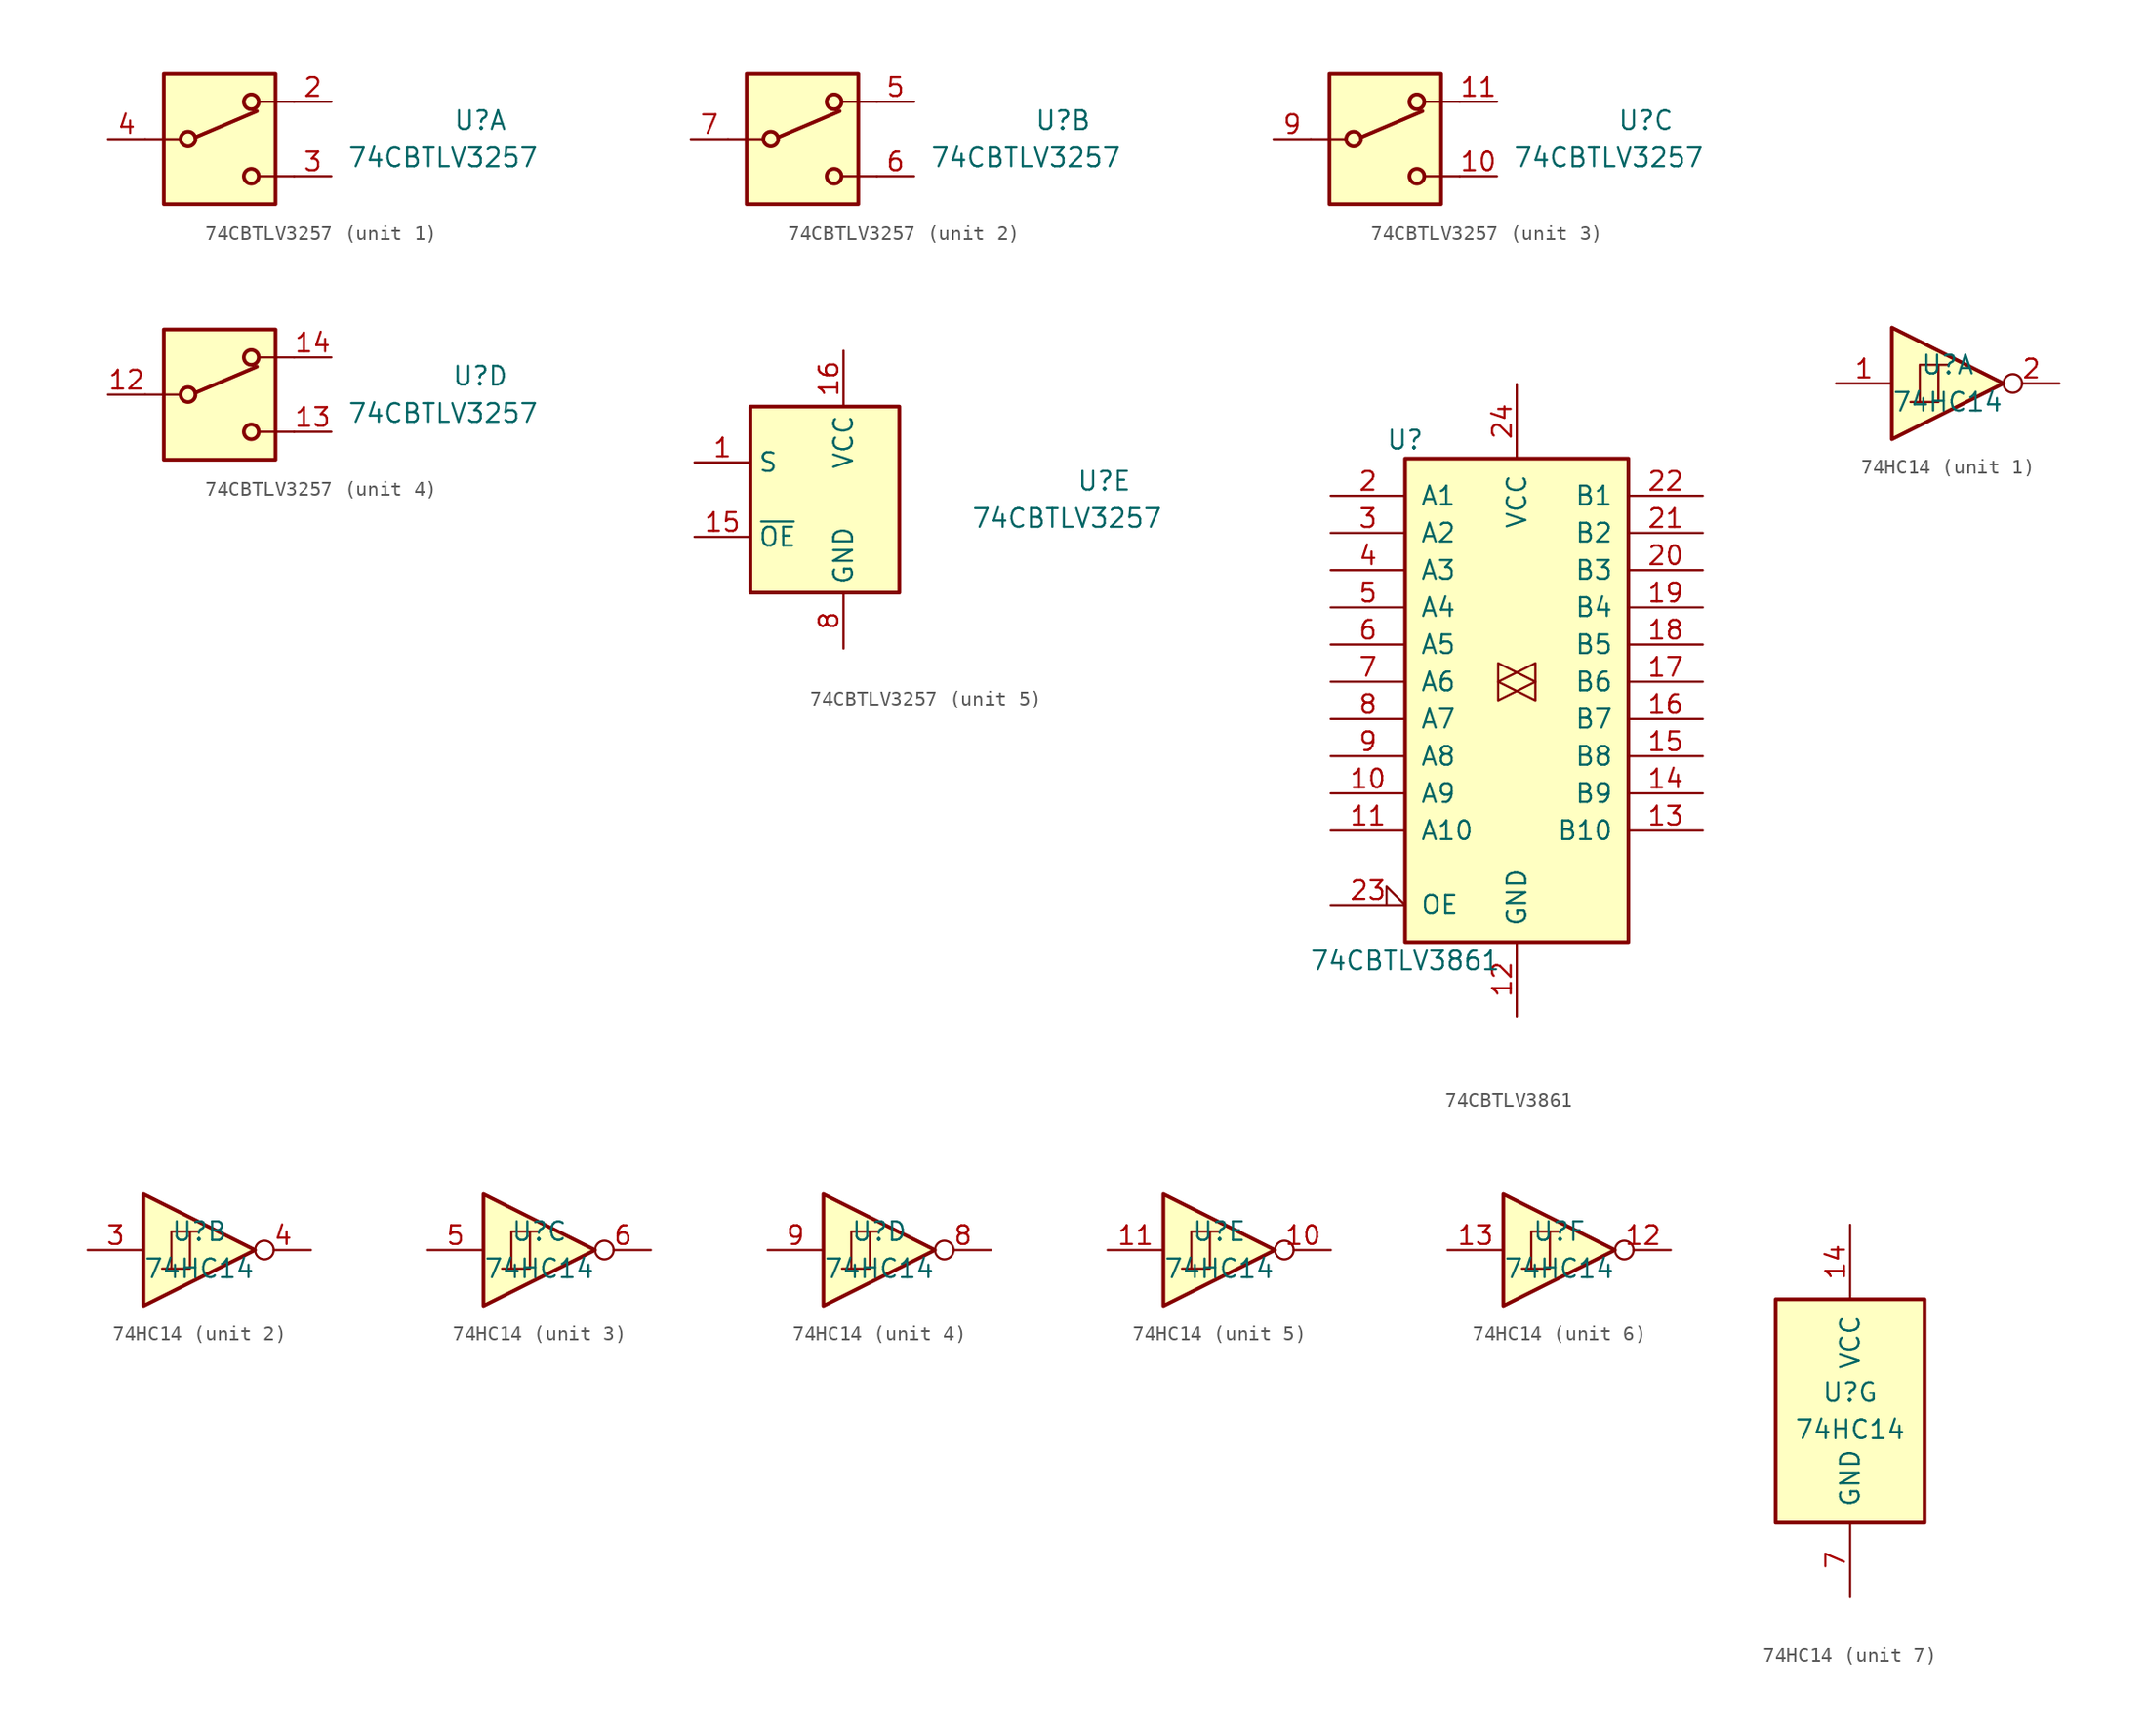
<source format=kicad_sym>
(kicad_symbol_lib
  (version 20201005)
  (generator kicad_symbol_editor)
  (symbol "74CBTLV3257"
    (property "Reference" "U"
      (at 17.78 1.27 0)
      (effects (font (size 1.27 1.27))))
    (property "Value" "74CBTLV3257"
      (at 15.24 -1.27 0)
      (effects (font (size 1.27 1.27))))
    (property "ki_locked" ""
      (at 0 0 0)
      (effects (font (size 1.27 1.27))))
    (symbol "74CBTLV3257_1_1"
      (circle (center -2.159 0) (radius 0.508) (stroke (width 0.254)) (fill (type none)))
      (circle (center 2.159 -2.54) (radius 0.508) (stroke (width 0.254)) (fill (type none)))
      (circle (center 2.159 2.54) (radius 0.508) (stroke (width 0.254)) (fill (type none)))
      (rectangle (start -3.81 4.445) (end 3.81 -4.445) (stroke (width 0.254)) (fill (type background)))
      (polyline (pts (xy -5.08 0) (xy -2.794 0)) (stroke (width 0)) (fill (type none)))
      (polyline (pts (xy -1.651 0.127) (xy 2.54 1.905)) (stroke (width 0.254)) (fill (type none)))
      (polyline (pts (xy 5.08 -2.54) (xy 2.794 -2.54)) (stroke (width 0)) (fill (type none)))
      (polyline (pts (xy 5.08 2.54) (xy 2.794 2.54)) (stroke (width 0)) (fill (type none)))
      (pin passive line (at 7.62 2.54 180) (length 2.54) (name "~" (effects (font (size 1.27 1.27)))) (number "2" (effects (font (size 1.27 1.27)))))
      (pin passive line (at 7.62 -2.54 180) (length 2.54) (name "~" (effects (font (size 1.27 1.27)))) (number "3" (effects (font (size 1.27 1.27)))))
      (pin passive line (at -7.62 0 0) (length 2.54) (name "~" (effects (font (size 1.27 1.27)))) (number "4" (effects (font (size 1.27 1.27))))))
    (symbol "74CBTLV3257_2_1"
      (circle (center -2.159 0) (radius 0.508) (stroke (width 0.254)) (fill (type none)))
      (circle (center 2.159 -2.54) (radius 0.508) (stroke (width 0.254)) (fill (type none)))
      (circle (center 2.159 2.54) (radius 0.508) (stroke (width 0.254)) (fill (type none)))
      (rectangle (start -3.81 4.445) (end 3.81 -4.445) (stroke (width 0.254)) (fill (type background)))
      (polyline (pts (xy -5.08 0) (xy -2.794 0)) (stroke (width 0)) (fill (type none)))
      (polyline (pts (xy -1.651 0.127) (xy 2.54 1.905)) (stroke (width 0.254)) (fill (type none)))
      (polyline (pts (xy 5.08 -2.54) (xy 2.794 -2.54)) (stroke (width 0)) (fill (type none)))
      (polyline (pts (xy 5.08 2.54) (xy 2.794 2.54)) (stroke (width 0)) (fill (type none)))
      (pin passive line (at 7.62 2.54 180) (length 2.54) (name "~" (effects (font (size 1.27 1.27)))) (number "5" (effects (font (size 1.27 1.27)))))
      (pin passive line (at 7.62 -2.54 180) (length 2.54) (name "~" (effects (font (size 1.27 1.27)))) (number "6" (effects (font (size 1.27 1.27)))))
      (pin passive line (at -7.62 0 0) (length 2.54) (name "~" (effects (font (size 1.27 1.27)))) (number "7" (effects (font (size 1.27 1.27))))))
    (symbol "74CBTLV3257_3_1"
      (circle (center -2.159 0) (radius 0.508) (stroke (width 0.254)) (fill (type none)))
      (circle (center 2.159 -2.54) (radius 0.508) (stroke (width 0.254)) (fill (type none)))
      (circle (center 2.159 2.54) (radius 0.508) (stroke (width 0.254)) (fill (type none)))
      (rectangle (start -3.81 4.445) (end 3.81 -4.445) (stroke (width 0.254)) (fill (type background)))
      (polyline (pts (xy -5.08 0) (xy -2.794 0)) (stroke (width 0)) (fill (type none)))
      (polyline (pts (xy -1.651 0.127) (xy 2.54 1.905)) (stroke (width 0.254)) (fill (type none)))
      (polyline (pts (xy 5.08 -2.54) (xy 2.794 -2.54)) (stroke (width 0)) (fill (type none)))
      (polyline (pts (xy 5.08 2.54) (xy 2.794 2.54)) (stroke (width 0)) (fill (type none)))
      (pin passive line (at 7.62 -2.54 180) (length 2.54) (name "~" (effects (font (size 1.27 1.27)))) (number "10" (effects (font (size 1.27 1.27)))))
      (pin passive line (at 7.62 2.54 180) (length 2.54) (name "~" (effects (font (size 1.27 1.27)))) (number "11" (effects (font (size 1.27 1.27)))))
      (pin passive line (at -7.62 0 0) (length 2.54) (name "~" (effects (font (size 1.27 1.27)))) (number "9" (effects (font (size 1.27 1.27))))))
    (symbol "74CBTLV3257_4_1"
      (circle (center -2.159 0) (radius 0.508) (stroke (width 0.254)) (fill (type none)))
      (circle (center 2.159 -2.54) (radius 0.508) (stroke (width 0.254)) (fill (type none)))
      (circle (center 2.159 2.54) (radius 0.508) (stroke (width 0.254)) (fill (type none)))
      (rectangle (start -3.81 4.445) (end 3.81 -4.445) (stroke (width 0.254)) (fill (type background)))
      (polyline (pts (xy -5.08 0) (xy -2.794 0)) (stroke (width 0)) (fill (type none)))
      (polyline (pts (xy -1.651 0.127) (xy 2.54 1.905)) (stroke (width 0.254)) (fill (type none)))
      (polyline (pts (xy 5.08 -2.54) (xy 2.794 -2.54)) (stroke (width 0)) (fill (type none)))
      (polyline (pts (xy 5.08 2.54) (xy 2.794 2.54)) (stroke (width 0)) (fill (type none)))
      (pin passive line (at -7.62 0 0) (length 2.54) (name "~" (effects (font (size 1.27 1.27)))) (number "12" (effects (font (size 1.27 1.27)))))
      (pin passive line (at 7.62 -2.54 180) (length 2.54) (name "~" (effects (font (size 1.27 1.27)))) (number "13" (effects (font (size 1.27 1.27)))))
      (pin passive line (at 7.62 2.54 180) (length 2.54) (name "~" (effects (font (size 1.27 1.27)))) (number "14" (effects (font (size 1.27 1.27))))))
    (symbol "74CBTLV3257_5_1"
      (rectangle (start 3.81 6.35) (end -6.35 -6.35) (stroke (width 0.254)) (fill (type background)))
      (pin input line (at -10.16 2.54 0) (length 3.81) (name "S" (effects (font (size 1.27 1.27)))) (number "1" (effects (font (size 1.27 1.27)))))
      (pin input line (at -10.16 -2.54 0) (length 3.81) (name "~OE" (effects (font (size 1.27 1.27)))) (number "15" (effects (font (size 1.27 1.27)))))
      (pin power_in line (at 0 10.16 270) (length 3.81) (name "VCC" (effects (font (size 1.27 1.27)))) (number "16" (effects (font (size 1.27 1.27)))))
      (pin power_in line (at 0 -10.16 90) (length 3.81) (name "GND" (effects (font (size 1.27 1.27)))) (number "8" (effects (font (size 1.27 1.27)))))))
  (symbol "74CBTLV3861"
    (pin_names
      (offset 1.016))
    (property "Reference" "U"
      (at -7.62 16.51 0)
      (effects (font (size 1.27 1.27))))
    (property "Value" "74CBTLV3861"
      (at -7.62 -19.05 0)
      (effects (font (size 1.27 1.27))))
    (property "ki_locked" ""
      (at 0 0 0)
      (effects (font (size 1.27 1.27))))
    (symbol "74CBTLV3861_1_0"
      (polyline (pts (xy 1.27 0) (xy -1.27 1.27) (xy -1.27 -1.27) (xy 1.27 0)) (stroke (width 0.152)) (fill (type none)))
      (polyline (pts (xy 1.27 1.27) (xy -1.27 0) (xy 1.27 -1.27) (xy 1.27 1.27)) (stroke (width 0)) (fill (type none)))
      (pin bidirectional line (at -12.7 -7.62 0) (length 5.08) (name "A9" (effects (font (size 1.27 1.27)))) (number "10" (effects (font (size 1.27 1.27)))))
      (pin bidirectional line (at -12.7 -10.16 0) (length 5.08) (name "A10" (effects (font (size 1.27 1.27)))) (number "11" (effects (font (size 1.27 1.27)))))
      (pin power_in line (at 0 -22.86 90) (length 5.08) (name "GND" (effects (font (size 1.27 1.27)))) (number "12" (effects (font (size 1.27 1.27)))))
      (pin bidirectional line (at 12.7 -10.16 180) (length 5.08) (name "B10" (effects (font (size 1.27 1.27)))) (number "13" (effects (font (size 1.27 1.27)))))
      (pin bidirectional line (at 12.7 -7.62 180) (length 5.08) (name "B9" (effects (font (size 1.27 1.27)))) (number "14" (effects (font (size 1.27 1.27)))))
      (pin bidirectional line (at 12.7 -5.08 180) (length 5.08) (name "B8" (effects (font (size 1.27 1.27)))) (number "15" (effects (font (size 1.27 1.27)))))
      (pin bidirectional line (at 12.7 -2.54 180) (length 5.08) (name "B7" (effects (font (size 1.27 1.27)))) (number "16" (effects (font (size 1.27 1.27)))))
      (pin bidirectional line (at 12.7 0 180) (length 5.08) (name "B6" (effects (font (size 1.27 1.27)))) (number "17" (effects (font (size 1.27 1.27)))))
      (pin bidirectional line (at 12.7 2.54 180) (length 5.08) (name "B5" (effects (font (size 1.27 1.27)))) (number "18" (effects (font (size 1.27 1.27)))))
      (pin bidirectional line (at 12.7 5.08 180) (length 5.08) (name "B4" (effects (font (size 1.27 1.27)))) (number "19" (effects (font (size 1.27 1.27)))))
      (pin bidirectional line (at -12.7 12.7 0) (length 5.08) (name "A1" (effects (font (size 1.27 1.27)))) (number "2" (effects (font (size 1.27 1.27)))))
      (pin bidirectional line (at 12.7 7.62 180) (length 5.08) (name "B3" (effects (font (size 1.27 1.27)))) (number "20" (effects (font (size 1.27 1.27)))))
      (pin bidirectional line (at 12.7 10.16 180) (length 5.08) (name "B2" (effects (font (size 1.27 1.27)))) (number "21" (effects (font (size 1.27 1.27)))))
      (pin bidirectional line (at 12.7 12.7 180) (length 5.08) (name "B1" (effects (font (size 1.27 1.27)))) (number "22" (effects (font (size 1.27 1.27)))))
      (pin input input_low (at -12.7 -15.24 0) (length 5.08) (name "OE" (effects (font (size 1.27 1.27)))) (number "23" (effects (font (size 1.27 1.27)))))
      (pin power_in line (at 0 20.32 270) (length 5.08) (name "VCC" (effects (font (size 1.27 1.27)))) (number "24" (effects (font (size 1.27 1.27)))))
      (pin bidirectional line (at -12.7 10.16 0) (length 5.08) (name "A2" (effects (font (size 1.27 1.27)))) (number "3" (effects (font (size 1.27 1.27)))))
      (pin bidirectional line (at -12.7 7.62 0) (length 5.08) (name "A3" (effects (font (size 1.27 1.27)))) (number "4" (effects (font (size 1.27 1.27)))))
      (pin bidirectional line (at -12.7 5.08 0) (length 5.08) (name "A4" (effects (font (size 1.27 1.27)))) (number "5" (effects (font (size 1.27 1.27)))))
      (pin bidirectional line (at -12.7 2.54 0) (length 5.08) (name "A5" (effects (font (size 1.27 1.27)))) (number "6" (effects (font (size 1.27 1.27)))))
      (pin bidirectional line (at -12.7 0 0) (length 5.08) (name "A6" (effects (font (size 1.27 1.27)))) (number "7" (effects (font (size 1.27 1.27)))))
      (pin bidirectional line (at -12.7 -2.54 0) (length 5.08) (name "A7" (effects (font (size 1.27 1.27)))) (number "8" (effects (font (size 1.27 1.27)))))
      (pin bidirectional line (at -12.7 -5.08 0) (length 5.08) (name "A8" (effects (font (size 1.27 1.27)))) (number "9" (effects (font (size 1.27 1.27))))))
    (symbol "74CBTLV3861_1_1"
      (rectangle (start -7.62 15.24) (end 7.62 -17.78) (stroke (width 0.254)) (fill (type background)))))
  (symbol "74HC14"
    (pin_names
      (offset 1.016))
    (property "Reference" "U"
      (at 0 1.27 0)
      (effects (font (size 1.27 1.27))))
    (property "Value" "74HC14"
      (at 0 -1.27 0)
      (effects (font (size 1.27 1.27))))
    (property "ki_locked" ""
      (at 0 0 0)
      (effects (font (size 1.27 1.27))))
    (symbol "74HC14_1_0"
      (polyline (pts (xy -3.81 3.81) (xy -3.81 -3.81) (xy 3.81 0) (xy -3.81 3.81)) (stroke (width 0.254)) (fill (type background)))
      (pin input line (at -7.62 0 0) (length 3.81) (name "~" (effects (font (size 1.27 1.27)))) (number "1" (effects (font (size 1.27 1.27)))))
      (pin output inverted (at 7.62 0 180) (length 3.81) (name "~" (effects (font (size 1.27 1.27)))) (number "2" (effects (font (size 1.27 1.27))))))
    (symbol "74HC14_1_1"
      (polyline (pts (xy -1.905 -1.27) (xy -1.905 1.27) (xy -0.635 1.27)) (stroke (width 0)) (fill (type none)))
      (polyline (pts (xy -2.54 -1.27) (xy -0.635 -1.27) (xy -0.635 1.27) (xy 0 1.27)) (stroke (width 0)) (fill (type none))))
    (symbol "74HC14_2_0"
      (polyline (pts (xy -3.81 3.81) (xy -3.81 -3.81) (xy 3.81 0) (xy -3.81 3.81)) (stroke (width 0.254)) (fill (type background)))
      (pin input line (at -7.62 0 0) (length 3.81) (name "~" (effects (font (size 1.27 1.27)))) (number "3" (effects (font (size 1.27 1.27)))))
      (pin output inverted (at 7.62 0 180) (length 3.81) (name "~" (effects (font (size 1.27 1.27)))) (number "4" (effects (font (size 1.27 1.27))))))
    (symbol "74HC14_2_1"
      (polyline (pts (xy -1.905 -1.27) (xy -1.905 1.27) (xy -0.635 1.27)) (stroke (width 0)) (fill (type none)))
      (polyline (pts (xy -2.54 -1.27) (xy -0.635 -1.27) (xy -0.635 1.27) (xy 0 1.27)) (stroke (width 0)) (fill (type none))))
    (symbol "74HC14_3_0"
      (polyline (pts (xy -3.81 3.81) (xy -3.81 -3.81) (xy 3.81 0) (xy -3.81 3.81)) (stroke (width 0.254)) (fill (type background)))
      (pin input line (at -7.62 0 0) (length 3.81) (name "~" (effects (font (size 1.27 1.27)))) (number "5" (effects (font (size 1.27 1.27)))))
      (pin output inverted (at 7.62 0 180) (length 3.81) (name "~" (effects (font (size 1.27 1.27)))) (number "6" (effects (font (size 1.27 1.27))))))
    (symbol "74HC14_3_1"
      (polyline (pts (xy -1.905 -1.27) (xy -1.905 1.27) (xy -0.635 1.27)) (stroke (width 0)) (fill (type none)))
      (polyline (pts (xy -2.54 -1.27) (xy -0.635 -1.27) (xy -0.635 1.27) (xy 0 1.27)) (stroke (width 0)) (fill (type none))))
    (symbol "74HC14_4_0"
      (polyline (pts (xy -3.81 3.81) (xy -3.81 -3.81) (xy 3.81 0) (xy -3.81 3.81)) (stroke (width 0.254)) (fill (type background)))
      (pin output inverted (at 7.62 0 180) (length 3.81) (name "~" (effects (font (size 1.27 1.27)))) (number "8" (effects (font (size 1.27 1.27)))))
      (pin input line (at -7.62 0 0) (length 3.81) (name "~" (effects (font (size 1.27 1.27)))) (number "9" (effects (font (size 1.27 1.27))))))
    (symbol "74HC14_4_1"
      (polyline (pts (xy -1.905 -1.27) (xy -1.905 1.27) (xy -0.635 1.27)) (stroke (width 0)) (fill (type none)))
      (polyline (pts (xy -2.54 -1.27) (xy -0.635 -1.27) (xy -0.635 1.27) (xy 0 1.27)) (stroke (width 0)) (fill (type none))))
    (symbol "74HC14_5_0"
      (polyline (pts (xy -3.81 3.81) (xy -3.81 -3.81) (xy 3.81 0) (xy -3.81 3.81)) (stroke (width 0.254)) (fill (type background)))
      (pin output inverted (at 7.62 0 180) (length 3.81) (name "~" (effects (font (size 1.27 1.27)))) (number "10" (effects (font (size 1.27 1.27)))))
      (pin input line (at -7.62 0 0) (length 3.81) (name "~" (effects (font (size 1.27 1.27)))) (number "11" (effects (font (size 1.27 1.27))))))
    (symbol "74HC14_5_1"
      (polyline (pts (xy -1.905 -1.27) (xy -1.905 1.27) (xy -0.635 1.27)) (stroke (width 0)) (fill (type none)))
      (polyline (pts (xy -2.54 -1.27) (xy -0.635 -1.27) (xy -0.635 1.27) (xy 0 1.27)) (stroke (width 0)) (fill (type none))))
    (symbol "74HC14_6_0"
      (polyline (pts (xy -3.81 3.81) (xy -3.81 -3.81) (xy 3.81 0) (xy -3.81 3.81)) (stroke (width 0.254)) (fill (type background)))
      (pin output inverted (at 7.62 0 180) (length 3.81) (name "~" (effects (font (size 1.27 1.27)))) (number "12" (effects (font (size 1.27 1.27)))))
      (pin input line (at -7.62 0 0) (length 3.81) (name "~" (effects (font (size 1.27 1.27)))) (number "13" (effects (font (size 1.27 1.27))))))
    (symbol "74HC14_6_1"
      (polyline (pts (xy -1.905 -1.27) (xy -1.905 1.27) (xy -0.635 1.27)) (stroke (width 0)) (fill (type none)))
      (polyline (pts (xy -2.54 -1.27) (xy -0.635 -1.27) (xy -0.635 1.27) (xy 0 1.27)) (stroke (width 0)) (fill (type none))))
    (symbol "74HC14_7_0"
      (pin power_in line (at 0 12.7 270) (length 5.08) (name "VCC" (effects (font (size 1.27 1.27)))) (number "14" (effects (font (size 1.27 1.27)))))
      (pin power_in line (at 0 -12.7 90) (length 5.08) (name "GND" (effects (font (size 1.27 1.27)))) (number "7" (effects (font (size 1.27 1.27))))))
    (symbol "74HC14_7_1"
      (rectangle (start -5.08 7.62) (end 5.08 -7.62) (stroke (width 0.254)) (fill (type background))))))
</source>
